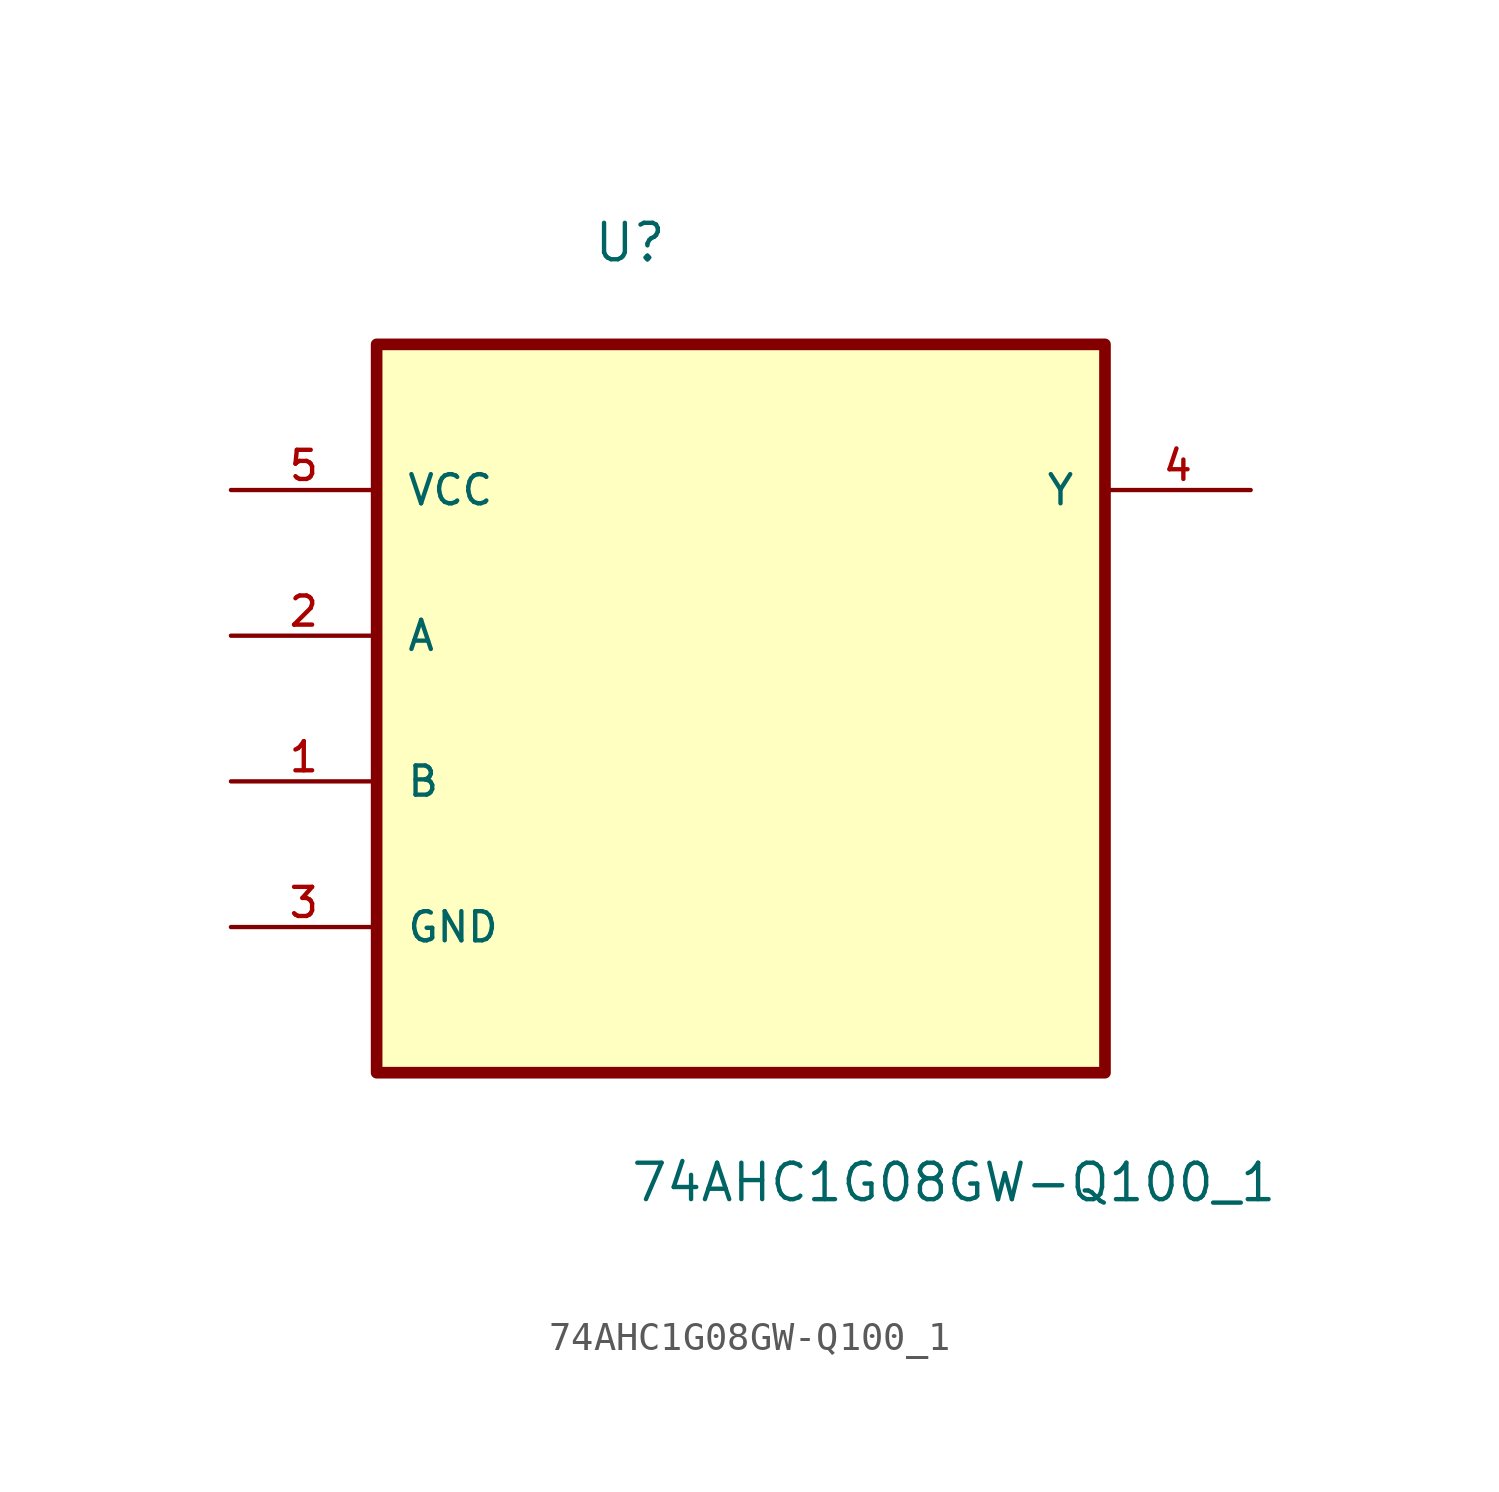
<source format=kicad_sym>
(kicad_symbol_lib
  (version 20211014)
  (generator kicad_symbol_editor)
  (symbol "74AHC1G08GW-Q100_1"
    (pin_names
      (offset 1.016))
    (property "Reference" "U"
      (at -5.171 12.965 0.0)
      (effects (font (size 1.27 1.27)) (justify bottom left)))
    (property "Value" "74AHC1G08GW-Q100_1"
      (at -3.891 -19.812 0.0)
      (effects (font (size 1.27 1.27)) (justify bottom left)))
    (symbol "74AHC1G08GW-Q100_1_0_0"
      (rectangle (start -12.7 -15.24) (end 12.7 10.16) (stroke (width 0.406)) (fill (type background)))
      (pin power_in line (at -17.78 5.08 0) (length 5.08) (name "VCC" (effects (font (size 1.016 1.016)))) (number "5" (effects (font (size 1.016 1.016)))))
      (pin input line (at -17.78 0.0 0) (length 5.08) (name "A" (effects (font (size 1.016 1.016)))) (number "2" (effects (font (size 1.016 1.016)))))
      (pin input line (at -17.78 -5.08 0) (length 5.08) (name "B" (effects (font (size 1.016 1.016)))) (number "1" (effects (font (size 1.016 1.016)))))
      (pin passive line (at -17.78 -10.16 0) (length 5.08) (name "GND" (effects (font (size 1.016 1.016)))) (number "3" (effects (font (size 1.016 1.016)))))
      (pin output line (at 17.78 5.08 180.0) (length 5.08) (name "Y" (effects (font (size 1.016 1.016)))) (number "4" (effects (font (size 1.016 1.016))))))))
</source>
